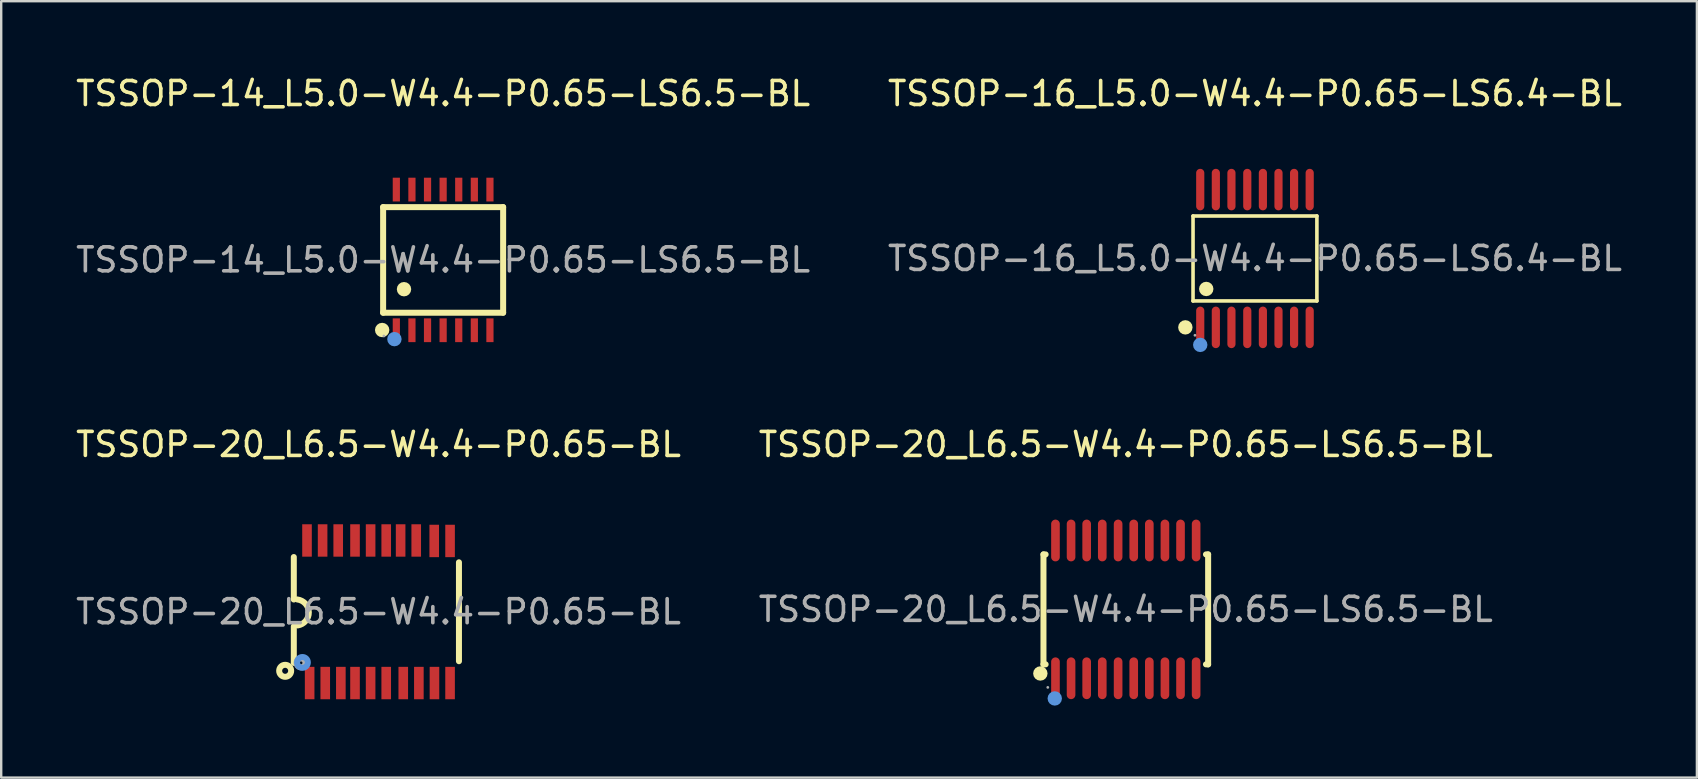
<source format=kicad_pcb>
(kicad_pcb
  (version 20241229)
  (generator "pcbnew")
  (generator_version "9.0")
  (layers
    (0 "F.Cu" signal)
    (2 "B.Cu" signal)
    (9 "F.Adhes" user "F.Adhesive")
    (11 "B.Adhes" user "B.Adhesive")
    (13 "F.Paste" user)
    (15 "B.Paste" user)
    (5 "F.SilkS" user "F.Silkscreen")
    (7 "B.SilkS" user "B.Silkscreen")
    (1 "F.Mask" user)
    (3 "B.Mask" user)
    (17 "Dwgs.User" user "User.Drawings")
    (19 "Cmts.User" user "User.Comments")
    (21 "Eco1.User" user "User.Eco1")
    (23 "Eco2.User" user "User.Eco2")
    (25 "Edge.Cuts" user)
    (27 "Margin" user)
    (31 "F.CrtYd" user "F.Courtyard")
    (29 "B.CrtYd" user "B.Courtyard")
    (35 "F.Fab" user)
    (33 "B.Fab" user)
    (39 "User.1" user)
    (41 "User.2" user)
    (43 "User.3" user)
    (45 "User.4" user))
  (footprint "TSSOP-20_L6.5-W4.4-P0.65-BL"
    (layer "F.Cu")
    (at 12.72 22.436)
    (property "Reference" "TSSOP-20_L6.5-W4.4-P0.65-BL" (at 0 -6.97 0) (layer "F.SilkS") (effects (font (size 1 1) (thickness 0.15))))
    (attr through_hole)
    (fp_line (start -3.53 -0.51) (end -3.53 -2.28) (stroke (width 0.25) (type solid)) (layer "F.SilkS"))
    (fp_line (start -3.53 0.61) (end -3.53 2.13) (stroke (width 0.25) (type solid)) (layer "F.SilkS"))
    (fp_line (start 3.35 -2.06) (end 3.35 2.06) (stroke (width 0.25) (type solid)) (layer "F.SilkS"))
    (fp_arc (start -3.38316 -0.511786) (mid -2.904147 0.02336) (end -3.37 0.57) (stroke (width 0.25) (type solid)) (layer "F.SilkS"))
    (fp_circle (center -3.89 2.46) (end -3.64 2.46) (stroke (width 0.25) (type solid)) (fill no) (layer "F.SilkS"))
    (fp_circle (center -3.17 2.11) (end -3.07 2.11) (stroke (width 0.25) (type solid)) (fill no) (layer "Cmts.User"))
    (fp_circle (center -3.23 2.13) (end -3.17 2.13) (stroke (width 0.25) (type solid)) (fill no) (layer "F.Fab"))
    (fp_text user "${REFERENCE}" (at 0 0 0) (layer "F.Fab") (effects (font (size 1 1) (thickness 0.15))))
    (pad "1" smd rect (at -2.87 2.97 90) (size 1.35 0.4) (layers "F.Cu" "F.Mask" "F.Paste"))
    (pad "2" smd rect (at -2.22 2.97 270) (size 1.35 0.4) (layers "F.Cu" "F.Mask" "F.Paste"))
    (pad "3" smd rect (at -1.57 2.97 270) (size 1.35 0.4) (layers "F.Cu" "F.Mask" "F.Paste"))
    (pad "4" smd rect (at -0.98 2.97 270) (size 1.35 0.4) (layers "F.Cu" "F.Mask" "F.Paste"))
    (pad "5" smd rect (at -0.33 2.97 270) (size 1.35 0.4) (layers "F.Cu" "F.Mask" "F.Paste"))
    (pad "6" smd rect (at 0.32 2.97 270) (size 1.35 0.4) (layers "F.Cu" "F.Mask" "F.Paste"))
    (pad "7" smd rect (at 1.03 2.97 270) (size 1.35 0.4) (layers "F.Cu" "F.Mask" "F.Paste"))
    (pad "8" smd rect (at 1.68 2.97 270) (size 1.35 0.4) (layers "F.Cu" "F.Mask" "F.Paste"))
    (pad "9" smd rect (at 2.33 2.97 270) (size 1.35 0.4) (layers "F.Cu" "F.Mask" "F.Paste"))
    (pad "10" smd rect (at 2.98 2.97 270) (size 1.35 0.4) (layers "F.Cu" "F.Mask" "F.Paste"))
    (pad "11" smd rect (at 2.98 -2.95 270) (size 1.35 0.4) (layers "F.Cu" "F.Mask" "F.Paste"))
    (pad "12" smd rect (at 2.32 -2.95 270) (size 1.35 0.4) (layers "F.Cu" "F.Mask" "F.Paste"))
    (pad "13" smd rect (at 1.57 -2.97 90) (size 1.35 0.4) (layers "F.Cu" "F.Mask" "F.Paste"))
    (pad "14" smd rect (at 0.92 -2.97 90) (size 1.35 0.4) (layers "F.Cu" "F.Mask" "F.Paste"))
    (pad "15" smd rect (at 0.32 -2.97 90) (size 1.35 0.4) (layers "F.Cu" "F.Mask" "F.Paste"))
    (pad "16" smd rect (at -0.33 -2.97 90) (size 1.35 0.4) (layers "F.Cu" "F.Mask" "F.Paste"))
    (pad "17" smd rect (at -0.98 -2.97 90) (size 1.35 0.4) (layers "F.Cu" "F.Mask" "F.Paste"))
    (pad "18" smd rect (at -1.68 -2.97 90) (size 1.35 0.4) (layers "F.Cu" "F.Mask" "F.Paste"))
    (pad "19" smd rect (at -2.33 -2.97 90) (size 1.35 0.4) (layers "F.Cu" "F.Mask" "F.Paste"))
    (pad "20" smd rect (at -2.98 -2.97 90) (size 1.35 0.4) (layers "F.Cu" "F.Mask" "F.Paste")))
  (footprint "TSSOP-20_L6.5-W4.4-P0.65-LS6.5-BL"
    (layer "F.Cu")
    (at 43.851 22.337)
    (property "Reference" "TSSOP-20_L6.5-W4.4-P0.65-LS6.5-BL" (at 0 -6.87 0) (layer "F.SilkS") (effects (font (size 1 1) (thickness 0.15))))
    (attr through_hole)
    (fp_line (start -3.43 -2.29) (end -3.43 2.29) (stroke (width 0.25) (type solid)) (layer "F.SilkS"))
    (fp_line (start -3.43 2.29) (end -3.34 2.29) (stroke (width 0.25) (type solid)) (layer "F.SilkS"))
    (fp_line (start -3.34 -2.29) (end -3.43 -2.29) (stroke (width 0.25) (type solid)) (layer "F.SilkS"))
    (fp_line (start 3.34 -2.29) (end 3.43 -2.29) (stroke (width 0.25) (type solid)) (layer "F.SilkS"))
    (fp_line (start 3.43 -2.29) (end 3.43 2.29) (stroke (width 0.25) (type solid)) (layer "F.SilkS"))
    (fp_line (start 3.43 2.29) (end 3.34 2.29) (stroke (width 0.25) (type solid)) (layer "F.SilkS"))
    (fp_circle (center -3.56 2.67) (end -3.41 2.67) (stroke (width 0.3) (type solid)) (fill no) (layer "F.SilkS"))
    (fp_circle (center -2.96 3.71) (end -2.81 3.71) (stroke (width 0.3) (type solid)) (fill no) (layer "Cmts.User"))
    (fp_circle (center -3.25 3.25) (end -3.22 3.25) (stroke (width 0.06) (type solid)) (fill no) (layer "F.Fab"))
    (fp_text user "${REFERENCE}" (at 0 0 0) (layer "F.Fab") (effects (font (size 1 1) (thickness 0.15))))
    (pad "1" smd oval (at -2.93 2.87) (size 0.36 1.74) (layers "F.Cu" "F.Mask" "F.Paste"))
    (pad "2" smd oval (at -2.28 2.87) (size 0.36 1.74) (layers "F.Cu" "F.Mask" "F.Paste"))
    (pad "3" smd oval (at -1.63 2.87) (size 0.36 1.74) (layers "F.Cu" "F.Mask" "F.Paste"))
    (pad "4" smd oval (at -0.98 2.87) (size 0.36 1.74) (layers "F.Cu" "F.Mask" "F.Paste"))
    (pad "5" smd oval (at -0.32 2.87) (size 0.36 1.74) (layers "F.Cu" "F.Mask" "F.Paste"))
    (pad "6" smd oval (at 0.33 2.87) (size 0.36 1.74) (layers "F.Cu" "F.Mask" "F.Paste"))
    (pad "7" smd oval (at 0.98 2.87) (size 0.36 1.74) (layers "F.Cu" "F.Mask" "F.Paste"))
    (pad "8" smd oval (at 1.63 2.87) (size 0.36 1.74) (layers "F.Cu" "F.Mask" "F.Paste"))
    (pad "9" smd oval (at 2.28 2.87) (size 0.36 1.74) (layers "F.Cu" "F.Mask" "F.Paste"))
    (pad "10" smd oval (at 2.93 2.87) (size 0.36 1.74) (layers "F.Cu" "F.Mask" "F.Paste"))
    (pad "11" smd oval (at 2.93 -2.87) (size 0.36 1.74) (layers "F.Cu" "F.Mask" "F.Paste"))
    (pad "12" smd oval (at 2.28 -2.87) (size 0.36 1.74) (layers "F.Cu" "F.Mask" "F.Paste"))
    (pad "13" smd oval (at 1.63 -2.87) (size 0.36 1.74) (layers "F.Cu" "F.Mask" "F.Paste"))
    (pad "14" smd oval (at 0.98 -2.87) (size 0.36 1.74) (layers "F.Cu" "F.Mask" "F.Paste"))
    (pad "15" smd oval (at 0.33 -2.87) (size 0.36 1.74) (layers "F.Cu" "F.Mask" "F.Paste"))
    (pad "16" smd oval (at -0.32 -2.87) (size 0.36 1.74) (layers "F.Cu" "F.Mask" "F.Paste"))
    (pad "17" smd oval (at -0.98 -2.87) (size 0.36 1.74) (layers "F.Cu" "F.Mask" "F.Paste"))
    (pad "18" smd oval (at -1.63 -2.87) (size 0.36 1.74) (layers "F.Cu" "F.Mask" "F.Paste"))
    (pad "19" smd oval (at -2.28 -2.87) (size 0.36 1.74) (layers "F.Cu" "F.Mask" "F.Paste"))
    (pad "20" smd oval (at -2.93 -2.87) (size 0.36 1.74) (layers "F.Cu" "F.Mask" "F.Paste")))
  (footprint "TSSOP-14_L5.0-W4.4-P0.65-LS6.5-BL"
    (layer "F.Cu")
    (at 15.411 7.778)
    (property "Reference" "TSSOP-14_L5.0-W4.4-P0.65-LS6.5-BL" (at 0 -6.93 0) (layer "F.SilkS") (effects (font (size 1 1) (thickness 0.15))))
    (attr through_hole)
    (fp_line (start -2.5 2.2) (end -2.5 -2.2) (stroke (width 0.25) (type solid)) (layer "F.SilkS"))
    (fp_line (start -2.5 2.2) (end 2.5 2.2) (stroke (width 0.25) (type solid)) (layer "F.SilkS"))
    (fp_line (start 2.5 -2.2) (end -2.5 -2.2) (stroke (width 0.25) (type solid)) (layer "F.SilkS"))
    (fp_line (start 2.5 -2.2) (end 2.5 2.2) (stroke (width 0.25) (type solid)) (layer "F.SilkS"))
    (fp_circle (center -2.54 2.92) (end -2.39 2.92) (stroke (width 0.3) (type solid)) (fill no) (layer "F.SilkS"))
    (fp_circle (center -1.63 1.22) (end -1.48 1.22) (stroke (width 0.3) (type solid)) (fill no) (layer "F.SilkS"))
    (fp_circle (center -2.03 3.3) (end -1.88 3.3) (stroke (width 0.3) (type solid)) (fill no) (layer "Cmts.User"))
    (fp_circle (center -2.47 3.17) (end -2.44 3.17) (stroke (width 0.06) (type solid)) (fill no) (layer "F.Fab"))
    (fp_text user "${REFERENCE}" (at 0 0 0) (layer "F.Fab") (effects (font (size 1 1) (thickness 0.15))))
    (pad "1" smd rect (at -1.95 2.93) (size 0.3 0.99) (layers "F.Cu" "F.Mask" "F.Paste"))
    (pad "2" smd rect (at -1.3 2.93) (size 0.3 0.99) (layers "F.Cu" "F.Mask" "F.Paste"))
    (pad "3" smd rect (at -0.65 2.93) (size 0.3 0.99) (layers "F.Cu" "F.Mask" "F.Paste"))
    (pad "4" smd rect (at 0 2.93) (size 0.3 0.99) (layers "F.Cu" "F.Mask" "F.Paste"))
    (pad "5" smd rect (at 0.65 2.93) (size 0.3 0.99) (layers "F.Cu" "F.Mask" "F.Paste"))
    (pad "6" smd rect (at 1.3 2.93) (size 0.3 0.99) (layers "F.Cu" "F.Mask" "F.Paste"))
    (pad "7" smd rect (at 1.95 2.93) (size 0.3 0.99) (layers "F.Cu" "F.Mask" "F.Paste"))
    (pad "8" smd rect (at 1.95 -2.93) (size 0.3 0.99) (layers "F.Cu" "F.Mask" "F.Paste"))
    (pad "9" smd rect (at 1.3 -2.93) (size 0.3 0.99) (layers "F.Cu" "F.Mask" "F.Paste"))
    (pad "10" smd rect (at 0.65 -2.93) (size 0.3 0.99) (layers "F.Cu" "F.Mask" "F.Paste"))
    (pad "11" smd rect (at 0 -2.93) (size 0.3 0.99) (layers "F.Cu" "F.Mask" "F.Paste"))
    (pad "12" smd rect (at -0.65 -2.93) (size 0.3 0.99) (layers "F.Cu" "F.Mask" "F.Paste"))
    (pad "13" smd rect (at -1.3 -2.93) (size 0.3 0.99) (layers "F.Cu" "F.Mask" "F.Paste"))
    (pad "14" smd rect (at -1.95 -2.93) (size 0.3 0.99) (layers "F.Cu" "F.Mask" "F.Paste")))
  (footprint "TSSOP-16_L5.0-W4.4-P0.65-LS6.4-BL"
    (layer "F.Cu")
    (at 49.232 7.718)
    (property "Reference" "TSSOP-16_L5.0-W4.4-P0.65-LS6.4-BL" (at 0 -6.87 0) (layer "F.SilkS") (effects (font (size 1 1) (thickness 0.15))))
    (attr through_hole)
    (fp_line (start -2.58 -1.77) (end 2.58 -1.77) (stroke (width 0.15) (type solid)) (layer "F.SilkS"))
    (fp_line (start -2.58 1.77) (end -2.58 -1.77) (stroke (width 0.15) (type solid)) (layer "F.SilkS"))
    (fp_line (start 2.58 -1.77) (end 2.58 1.77) (stroke (width 0.15) (type solid)) (layer "F.SilkS"))
    (fp_line (start 2.58 1.77) (end -2.58 1.77) (stroke (width 0.15) (type solid)) (layer "F.SilkS"))
    (fp_circle (center -2.9 2.87) (end -2.75 2.87) (stroke (width 0.3) (type solid)) (fill no) (layer "F.SilkS"))
    (fp_circle (center -2.03 1.27) (end -1.88 1.27) (stroke (width 0.3) (type solid)) (fill no) (layer "F.SilkS"))
    (fp_circle (center -2.28 3.6) (end -2.13 3.6) (stroke (width 0.3) (type solid)) (fill no) (layer "Cmts.User"))
    (fp_circle (center -2.5 3.2) (end -2.47 3.2) (stroke (width 0.06) (type solid)) (fill no) (layer "F.Fab"))
    (fp_text user "${REFERENCE}" (at 0 0 0) (layer "F.Fab") (effects (font (size 1 1) (thickness 0.15))))
    (pad "1" smd oval (at -2.28 2.87) (size 0.34 1.73) (layers "F.Cu" "F.Mask" "F.Paste"))
    (pad "2" smd oval (at -1.63 2.87) (size 0.34 1.73) (layers "F.Cu" "F.Mask" "F.Paste"))
    (pad "3" smd oval (at -0.98 2.87) (size 0.34 1.73) (layers "F.Cu" "F.Mask" "F.Paste"))
    (pad "4" smd oval (at -0.32 2.87) (size 0.34 1.73) (layers "F.Cu" "F.Mask" "F.Paste"))
    (pad "5" smd oval (at 0.33 2.87) (size 0.34 1.73) (layers "F.Cu" "F.Mask" "F.Paste"))
    (pad "6" smd oval (at 0.98 2.87) (size 0.34 1.73) (layers "F.Cu" "F.Mask" "F.Paste"))
    (pad "7" smd oval (at 1.63 2.87) (size 0.34 1.73) (layers "F.Cu" "F.Mask" "F.Paste"))
    (pad "8" smd oval (at 2.28 2.87) (size 0.34 1.73) (layers "F.Cu" "F.Mask" "F.Paste"))
    (pad "9" smd oval (at 2.28 -2.87) (size 0.34 1.73) (layers "F.Cu" "F.Mask" "F.Paste"))
    (pad "10" smd oval (at 1.63 -2.87) (size 0.34 1.73) (layers "F.Cu" "F.Mask" "F.Paste"))
    (pad "11" smd oval (at 0.98 -2.87) (size 0.34 1.73) (layers "F.Cu" "F.Mask" "F.Paste"))
    (pad "12" smd oval (at 0.33 -2.87) (size 0.34 1.73) (layers "F.Cu" "F.Mask" "F.Paste"))
    (pad "13" smd oval (at -0.32 -2.87) (size 0.34 1.73) (layers "F.Cu" "F.Mask" "F.Paste"))
    (pad "14" smd oval (at -0.98 -2.87) (size 0.34 1.73) (layers "F.Cu" "F.Mask" "F.Paste"))
    (pad "15" smd oval (at -1.63 -2.87) (size 0.34 1.73) (layers "F.Cu" "F.Mask" "F.Paste"))
    (pad "16" smd oval (at -2.28 -2.87) (size 0.34 1.73) (layers "F.Cu" "F.Mask" "F.Paste")))
  (gr_rect
    (start -3 -3)
    (end 67.643 29.346)
    (stroke (width 0.1) (type default))
    (fill no)
    (layer "Edge.Cuts")))
</source>
